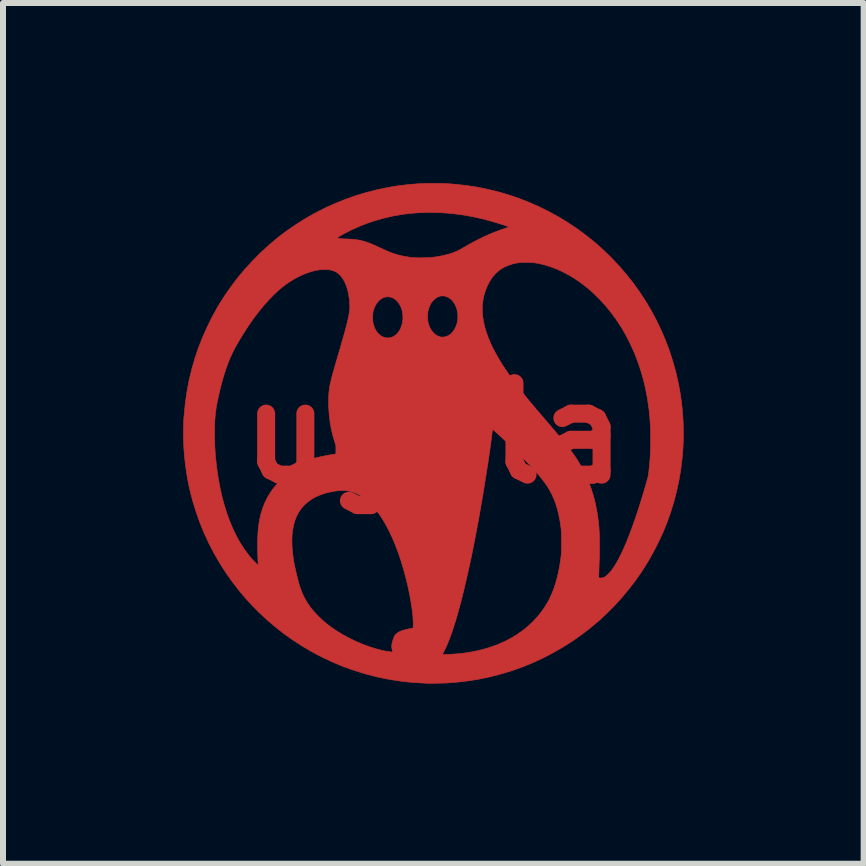
<source format=kicad_pcb>
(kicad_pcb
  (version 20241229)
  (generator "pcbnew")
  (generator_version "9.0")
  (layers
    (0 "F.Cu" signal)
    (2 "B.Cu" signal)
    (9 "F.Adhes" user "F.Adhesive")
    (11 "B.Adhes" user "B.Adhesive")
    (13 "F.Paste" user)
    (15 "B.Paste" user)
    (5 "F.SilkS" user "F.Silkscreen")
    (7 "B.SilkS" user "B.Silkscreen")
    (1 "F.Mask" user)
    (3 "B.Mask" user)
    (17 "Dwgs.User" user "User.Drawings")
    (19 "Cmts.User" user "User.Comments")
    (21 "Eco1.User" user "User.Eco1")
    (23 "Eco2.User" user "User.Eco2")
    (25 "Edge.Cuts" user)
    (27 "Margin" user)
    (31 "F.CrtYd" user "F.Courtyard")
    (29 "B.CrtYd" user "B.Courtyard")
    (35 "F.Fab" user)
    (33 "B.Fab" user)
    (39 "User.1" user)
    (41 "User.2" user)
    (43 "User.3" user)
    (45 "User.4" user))
  (footprint "uggla"
    (layer "F.Cu")
    (at 4.178 4.168)
    (property "Reference" "uggla" (at 0 0 0) (layer "F.Cu") (effects (font (size 1.524 1.524) (thickness 0.3))))
    (attr through_hole)
    (fp_poly (pts (xy 0.055 -4.163) (xy 0.118 -4.162) (xy 0.178 -4.16) (xy 0.236 -4.157) (xy 0.287 -4.154) (xy 0.32 -4.151) (xy 0.335 -4.15) (xy 0.355 -4.148) (xy 0.378 -4.146) (xy 0.394 -4.144) (xy 0.544 -4.127) (xy 0.698 -4.104) (xy 0.853 -4.074) (xy 1.007 -4.039) (xy 1.16 -3.997) (xy 1.308 -3.951) (xy 1.395 -3.921) (xy 1.571 -3.853) (xy 1.743 -3.778) (xy 1.911 -3.695) (xy 2.075 -3.606) (xy 2.234 -3.509) (xy 2.389 -3.405) (xy 2.538 -3.295) (xy 2.683 -3.178) (xy 2.822 -3.055) (xy 2.956 -2.925) (xy 3.084 -2.789) (xy 3.206 -2.647) (xy 3.323 -2.5) (xy 3.423 -2.36) (xy 3.525 -2.206) (xy 3.619 -2.048) (xy 3.706 -1.885) (xy 3.786 -1.718) (xy 3.859 -1.548) (xy 3.924 -1.374) (xy 3.981 -1.197) (xy 4.031 -1.018) (xy 4.072 -0.837) (xy 4.08 -0.796) (xy 4.094 -0.721) (xy 4.107 -0.643) (xy 4.119 -0.563) (xy 4.129 -0.483) (xy 4.137 -0.407) (xy 4.143 -0.334) (xy 4.147 -0.286) (xy 4.148 -0.265) (xy 4.149 -0.246) (xy 4.151 -0.231) (xy 4.151 -0.224) (xy 4.152 -0.217) (xy 4.152 -0.202) (xy 4.153 -0.181) (xy 4.154 -0.154) (xy 4.154 -0.123) (xy 4.155 -0.089) (xy 4.155 -0.052) (xy 4.155 -0.051) (xy 4.156 0.015) (xy 4.156 0.074) (xy 4.155 0.13) (xy 4.153 0.182) (xy 4.15 0.235) (xy 4.147 0.29) (xy 4.142 0.349) (xy 4.136 0.414) (xy 4.136 0.417) (xy 4.114 0.601) (xy 4.083 0.783) (xy 4.045 0.962) (xy 3.999 1.14) (xy 3.945 1.315) (xy 3.884 1.487) (xy 3.815 1.656) (xy 3.738 1.821) (xy 3.655 1.983) (xy 3.565 2.142) (xy 3.468 2.296) (xy 3.364 2.446) (xy 3.253 2.591) (xy 3.136 2.732) (xy 3.013 2.867) (xy 2.884 2.998) (xy 2.749 3.123) (xy 2.607 3.242) (xy 2.461 3.355) (xy 2.308 3.462) (xy 2.301 3.467) (xy 2.141 3.568) (xy 1.978 3.661) (xy 1.812 3.747) (xy 1.643 3.825) (xy 1.47 3.895) (xy 1.295 3.957) (xy 1.116 4.011) (xy 0.935 4.058) (xy 0.751 4.096) (xy 0.669 4.11) (xy 0.61 4.119) (xy 0.548 4.128) (xy 0.485 4.136) (xy 0.423 4.143) (xy 0.363 4.149) (xy 0.309 4.153) (xy 0.277 4.155) (xy 0.257 4.157) (xy 0.238 4.158) (xy 0.223 4.159) (xy 0.216 4.16) (xy 0.208 4.16) (xy 0.193 4.161) (xy 0.172 4.161) (xy 0.147 4.162) (xy 0.118 4.163) (xy 0.086 4.163) (xy 0.053 4.164) (xy 0.02 4.164) (xy -0.013 4.165) (xy -0.044 4.165) (xy -0.072 4.165) (xy -0.097 4.165) (xy -0.116 4.165) (xy -0.129 4.165) (xy -0.135 4.165) (xy -0.135 4.164) (xy -0.14 4.164) (xy -0.152 4.163) (xy -0.169 4.162) (xy -0.191 4.16) (xy -0.208 4.16) (xy -0.353 4.151) (xy -0.501 4.136) (xy -0.651 4.115) (xy -0.803 4.089) (xy -0.954 4.057) (xy -1.102 4.019) (xy -1.177 3.998) (xy -1.354 3.942) (xy -1.528 3.879) (xy -1.698 3.807) (xy -1.866 3.728) (xy -1.949 3.684) (xy 0.144 3.684) (xy 0.148 3.685) (xy 0.159 3.686) (xy 0.175 3.686) (xy 0.194 3.685) (xy 0.219 3.684) (xy 0.249 3.683) (xy 0.279 3.682) (xy 0.298 3.681) (xy 0.425 3.672) (xy 0.552 3.656) (xy 0.677 3.634) (xy 0.801 3.605) (xy 0.92 3.571) (xy 1.035 3.531) (xy 1.071 3.517) (xy 1.182 3.468) (xy 1.287 3.413) (xy 1.387 3.352) (xy 1.482 3.285) (xy 1.57 3.214) (xy 1.652 3.136) (xy 1.728 3.054) (xy 1.798 2.967) (xy 1.86 2.876) (xy 1.916 2.78) (xy 1.93 2.752) (xy 1.964 2.677) (xy 1.996 2.596) (xy 2.026 2.507) (xy 2.052 2.414) (xy 2.076 2.317) (xy 2.095 2.216) (xy 2.111 2.113) (xy 2.122 2.028) (xy 2.124 2.003) (xy 2.125 1.97) (xy 2.126 1.933) (xy 2.127 1.891) (xy 2.127 1.846) (xy 2.127 1.8) (xy 2.127 1.755) (xy 2.126 1.711) (xy 2.125 1.67) (xy 2.123 1.634) (xy 2.121 1.604) (xy 2.12 1.588) (xy 2.102 1.465) (xy 2.079 1.349) (xy 2.051 1.239) (xy 2.029 1.171) (xy 2.011 1.121) (xy 1.991 1.073) (xy 1.97 1.026) (xy 1.946 0.979) (xy 1.92 0.933) (xy 1.891 0.886) (xy 1.858 0.838) (xy 1.822 0.789) (xy 1.782 0.738) (xy 1.737 0.684) (xy 1.688 0.628) (xy 1.633 0.568) (xy 1.573 0.504) (xy 1.507 0.437) (xy 1.435 0.364) (xy 1.435 0.364) (xy 1.38 0.309) (xy 1.33 0.259) (xy 1.284 0.214) (xy 1.239 0.171) (xy 1.197 0.131) (xy 1.154 0.092) (xy 1.111 0.052) (xy 1.066 0.011) (xy 1.039 -0.013) (xy 0.976 -0.069) (xy 0.973 -0.038) (xy 0.968 0.008) (xy 0.961 0.061) (xy 0.954 0.121) (xy 0.945 0.187) (xy 0.935 0.26) (xy 0.924 0.337) (xy 0.912 0.418) (xy 0.899 0.504) (xy 0.885 0.592) (xy 0.871 0.683) (xy 0.856 0.775) (xy 0.841 0.869) (xy 0.826 0.963) (xy 0.81 1.056) (xy 0.795 1.149) (xy 0.779 1.238) (xy 0.747 1.422) (xy 0.714 1.6) (xy 0.681 1.773) (xy 0.648 1.94) (xy 0.615 2.101) (xy 0.581 2.255) (xy 0.548 2.404) (xy 0.515 2.546) (xy 0.482 2.681) (xy 0.45 2.81) (xy 0.417 2.931) (xy 0.385 3.046) (xy 0.353 3.153) (xy 0.321 3.252) (xy 0.29 3.345) (xy 0.259 3.429) (xy 0.228 3.505) (xy 0.198 3.574) (xy 0.169 3.634) (xy 0.162 3.647) (xy 0.154 3.662) (xy 0.148 3.675) (xy 0.144 3.682) (xy 0.144 3.684) (xy -1.949 3.684) (xy -2.03 3.641) (xy -2.189 3.548) (xy -2.345 3.447) (xy -2.496 3.34) (xy -2.642 3.226) (xy -2.783 3.105) (xy -2.919 2.979) (xy -3.049 2.846) (xy -3.129 2.758) (xy -3.25 2.614) (xy -3.365 2.465) (xy -3.472 2.312) (xy -3.572 2.155) (xy -3.665 1.993) (xy -3.751 1.828) (xy -3.829 1.659) (xy -3.899 1.486) (xy -3.961 1.311) (xy -4.016 1.132) (xy -4.051 1.001) (xy -4.079 0.881) (xy -4.103 0.761) (xy -4.123 0.639) (xy -4.14 0.514) (xy -4.154 0.383) (xy -4.163 0.276) (xy -4.165 0.25) (xy -4.166 0.219) (xy -4.168 0.183) (xy -4.169 0.145) (xy -4.171 0.106) (xy -4.171 0.067) (xy -4.172 0.041) (xy -3.655 0.041) (xy -3.65 0.21) (xy -3.639 0.379) (xy -3.621 0.549) (xy -3.598 0.716) (xy -3.569 0.88) (xy -3.534 1.039) (xy -3.531 1.052) (xy -3.491 1.199) (xy -3.448 1.338) (xy -3.399 1.47) (xy -3.346 1.596) (xy -3.289 1.714) (xy -3.227 1.825) (xy -3.16 1.929) (xy -3.088 2.026) (xy -3.063 2.057) (xy -3.051 2.072) (xy -3.036 2.089) (xy -3.019 2.107) (xy -3.001 2.126) (xy -2.983 2.145) (xy -2.966 2.162) (xy -2.951 2.177) (xy -2.939 2.189) (xy -2.931 2.195) (xy -2.928 2.197) (xy -2.926 2.193) (xy -2.926 2.185) (xy -2.927 2.183) (xy -2.927 2.176) (xy -2.928 2.161) (xy -2.929 2.14) (xy -2.93 2.114) (xy -2.932 2.083) (xy -2.933 2.048) (xy -2.934 2.012) (xy -2.934 2.004) (xy -2.936 1.906) (xy -2.936 1.816) (xy -2.936 1.789) (xy -2.365 1.789) (xy -2.363 1.887) (xy -2.354 1.991) (xy -2.34 2.101) (xy -2.334 2.134) (xy -2.326 2.18) (xy -2.315 2.233) (xy -2.303 2.288) (xy -2.289 2.346) (xy -2.275 2.403) (xy -2.261 2.459) (xy -2.247 2.51) (xy -2.233 2.556) (xy -2.228 2.571) (xy -2.197 2.656) (xy -2.158 2.739) (xy -2.112 2.819) (xy -2.058 2.897) (xy -1.996 2.973) (xy -1.927 3.047) (xy -1.85 3.119) (xy -1.781 3.178) (xy -1.697 3.24) (xy -1.607 3.301) (xy -1.51 3.359) (xy -1.41 3.413) (xy -1.306 3.464) (xy -1.2 3.509) (xy -1.093 3.55) (xy -0.988 3.584) (xy -0.884 3.612) (xy -0.812 3.628) (xy -0.79 3.632) (xy -0.767 3.636) (xy -0.744 3.639) (xy -0.722 3.642) (xy -0.704 3.643) (xy -0.69 3.644) (xy -0.683 3.644) (xy -0.682 3.643) (xy -0.683 3.639) (xy -0.687 3.629) (xy -0.69 3.622) (xy -0.697 3.599) (xy -0.701 3.572) (xy -0.702 3.542) (xy -0.699 3.513) (xy -0.699 3.511) (xy -0.694 3.488) (xy -0.687 3.463) (xy -0.679 3.436) (xy -0.67 3.411) (xy -0.661 3.39) (xy -0.653 3.375) (xy -0.653 3.374) (xy -0.635 3.35) (xy -0.612 3.33) (xy -0.583 3.311) (xy -0.548 3.295) (xy -0.507 3.281) (xy -0.458 3.268) (xy -0.407 3.257) (xy -0.385 3.253) (xy -0.367 3.249) (xy -0.354 3.245) (xy -0.347 3.242) (xy -0.346 3.242) (xy -0.345 3.235) (xy -0.344 3.222) (xy -0.344 3.203) (xy -0.344 3.179) (xy -0.344 3.152) (xy -0.345 3.123) (xy -0.347 3.094) (xy -0.348 3.065) (xy -0.35 3.038) (xy -0.352 3.015) (xy -0.353 2.999) (xy -0.373 2.859) (xy -0.398 2.716) (xy -0.427 2.572) (xy -0.461 2.429) (xy -0.499 2.287) (xy -0.54 2.148) (xy -0.584 2.015) (xy -0.632 1.887) (xy -0.653 1.833) (xy -0.703 1.718) (xy -0.754 1.611) (xy -0.807 1.512) (xy -0.861 1.421) (xy -0.917 1.338) (xy -0.974 1.263) (xy -1.032 1.195) (xy -1.092 1.136) (xy -1.153 1.085) (xy -1.216 1.043) (xy -1.279 1.008) (xy -1.344 0.982) (xy -1.41 0.964) (xy -1.477 0.954) (xy -1.521 0.953) (xy -1.558 0.954) (xy -1.602 0.958) (xy -1.649 0.964) (xy -1.698 0.973) (xy -1.747 0.983) (xy -1.793 0.994) (xy -1.82 1.002) (xy -1.899 1.029) (xy -1.971 1.061) (xy -2.037 1.098) (xy -2.096 1.14) (xy -2.15 1.188) (xy -2.166 1.204) (xy -2.213 1.258) (xy -2.253 1.318) (xy -2.287 1.382) (xy -2.315 1.453) (xy -2.336 1.528) (xy -2.352 1.61) (xy -2.362 1.696) (xy -2.365 1.789) (xy -2.936 1.789) (xy -2.934 1.731) (xy -2.93 1.653) (xy -2.923 1.579) (xy -2.915 1.51) (xy -2.903 1.443) (xy -2.89 1.379) (xy -2.881 1.344) (xy -2.852 1.249) (xy -2.817 1.16) (xy -2.775 1.074) (xy -2.726 0.992) (xy -2.7 0.954) (xy -2.669 0.912) (xy -2.631 0.867) (xy -2.59 0.82) (xy -2.546 0.773) (xy -2.499 0.726) (xy -2.453 0.682) (xy -2.408 0.641) (xy -2.366 0.607) (xy -2.299 0.558) (xy -2.227 0.514) (xy -2.152 0.476) (xy -2.076 0.444) (xy -2.017 0.424) (xy -1.97 0.411) (xy -1.917 0.398) (xy -1.857 0.385) (xy -1.794 0.372) (xy -1.727 0.36) (xy -1.66 0.349) (xy -1.659 0.349) (xy -1.635 0.345) (xy -1.614 0.341) (xy -1.597 0.338) (xy -1.586 0.336) (xy -1.582 0.334) (xy -1.582 0.329) (xy -1.585 0.318) (xy -1.591 0.303) (xy -1.598 0.284) (xy -1.6 0.281) (xy -1.642 0.171) (xy -1.678 0.056) (xy -1.707 -0.063) (xy -1.729 -0.185) (xy -1.744 -0.31) (xy -1.752 -0.437) (xy -1.753 -0.506) (xy -1.753 -0.543) (xy -1.753 -0.578) (xy -1.752 -0.61) (xy -1.751 -0.641) (xy -1.749 -0.671) (xy -1.746 -0.701) (xy -1.742 -0.731) (xy -1.738 -0.761) (xy -1.732 -0.794) (xy -1.725 -0.828) (xy -1.716 -0.866) (xy -1.706 -0.907) (xy -1.695 -0.951) (xy -1.682 -1.001) (xy -1.666 -1.055) (xy -1.649 -1.116) (xy -1.63 -1.182) (xy -1.608 -1.256) (xy -1.592 -1.311) (xy -1.565 -1.403) (xy -1.541 -1.487) (xy -1.519 -1.564) (xy -1.499 -1.634) (xy -1.481 -1.698) (xy -1.466 -1.756) (xy -1.452 -1.809) (xy -1.44 -1.856) (xy -1.43 -1.899) (xy -1.427 -1.916) (xy -1.02 -1.916) (xy -1.019 -1.887) (xy -1.017 -1.863) (xy -1.016 -1.856) (xy -1.011 -1.829) (xy -1.002 -1.799) (xy -0.992 -1.769) (xy -0.982 -1.743) (xy -0.978 -1.736) (xy -0.954 -1.695) (xy -0.925 -1.66) (xy -0.893 -1.632) (xy -0.859 -1.61) (xy -0.822 -1.595) (xy -0.784 -1.588) (xy -0.745 -1.589) (xy -0.711 -1.596) (xy -0.673 -1.612) (xy -0.638 -1.635) (xy -0.607 -1.665) (xy -0.58 -1.7) (xy -0.557 -1.74) (xy -0.539 -1.784) (xy -0.526 -1.831) (xy -0.517 -1.881) (xy -0.515 -1.932) (xy -0.517 -1.966) (xy -0.107 -1.966) (xy -0.106 -1.907) (xy -0.097 -1.849) (xy -0.08 -1.792) (xy -0.064 -1.754) (xy -0.039 -1.712) (xy -0.009 -1.675) (xy 0.024 -1.645) (xy 0.061 -1.622) (xy 0.101 -1.607) (xy 0.119 -1.603) (xy 0.135 -1.602) (xy 0.156 -1.603) (xy 0.178 -1.605) (xy 0.199 -1.61) (xy 0.211 -1.613) (xy 0.247 -1.63) (xy 0.281 -1.655) (xy 0.312 -1.686) (xy 0.339 -1.723) (xy 0.362 -1.765) (xy 0.38 -1.811) (xy 0.393 -1.86) (xy 0.394 -1.867) (xy 0.4 -1.919) (xy 0.399 -1.973) (xy 0.392 -2.027) (xy 0.389 -2.041) (xy 0.806 -2.041) (xy 0.808 -2.003) (xy 0.817 -1.924) (xy 0.831 -1.843) (xy 0.85 -1.761) (xy 0.875 -1.678) (xy 0.906 -1.593) (xy 0.942 -1.506) (xy 0.984 -1.416) (xy 1.033 -1.324) (xy 1.088 -1.229) (xy 1.149 -1.13) (xy 1.216 -1.029) (xy 1.29 -0.923) (xy 1.371 -0.814) (xy 1.459 -0.701) (xy 1.505 -0.643) (xy 1.529 -0.614) (xy 1.553 -0.584) (xy 1.578 -0.553) (xy 1.604 -0.521) (xy 1.633 -0.487) (xy 1.664 -0.451) (xy 1.697 -0.411) (xy 1.734 -0.367) (xy 1.776 -0.319) (xy 1.821 -0.265) (xy 1.867 -0.212) (xy 1.927 -0.141) (xy 1.982 -0.077) (xy 2.032 -0.018) (xy 2.078 0.036) (xy 2.119 0.086) (xy 2.156 0.131) (xy 2.19 0.172) (xy 2.221 0.21) (xy 2.249 0.246) (xy 2.274 0.278) (xy 2.297 0.309) (xy 2.318 0.339) (xy 2.338 0.367) (xy 2.357 0.394) (xy 2.375 0.421) (xy 2.393 0.449) (xy 2.41 0.477) (xy 2.425 0.502) (xy 2.442 0.531) (xy 2.462 0.567) (xy 2.482 0.607) (xy 2.504 0.65) (xy 2.525 0.693) (xy 2.545 0.735) (xy 2.563 0.774) (xy 2.578 0.809) (xy 2.584 0.825) (xy 2.625 0.938) (xy 2.661 1.052) (xy 2.69 1.17) (xy 2.715 1.293) (xy 2.734 1.42) (xy 2.749 1.553) (xy 2.752 1.592) (xy 2.754 1.621) (xy 2.755 1.658) (xy 2.757 1.701) (xy 2.758 1.748) (xy 2.758 1.798) (xy 2.759 1.85) (xy 2.759 1.902) (xy 2.759 1.954) (xy 2.758 2.003) (xy 2.758 2.048) (xy 2.756 2.089) (xy 2.756 2.089) (xy 2.755 2.127) (xy 2.753 2.168) (xy 2.752 2.21) (xy 2.751 2.25) (xy 2.75 2.285) (xy 2.749 2.309) (xy 2.746 2.403) (xy 2.756 2.408) (xy 2.772 2.412) (xy 2.791 2.411) (xy 2.813 2.407) (xy 2.835 2.4) (xy 2.839 2.398) (xy 2.858 2.387) (xy 2.88 2.369) (xy 2.904 2.347) (xy 2.929 2.321) (xy 2.952 2.294) (xy 2.965 2.278) (xy 3.001 2.226) (xy 3.038 2.165) (xy 3.077 2.097) (xy 3.116 2.02) (xy 3.155 1.936) (xy 3.196 1.843) (xy 3.237 1.743) (xy 3.278 1.636) (xy 3.32 1.521) (xy 3.363 1.398) (xy 3.406 1.269) (xy 3.449 1.133) (xy 3.493 0.989) (xy 3.531 0.86) (xy 3.542 0.821) (xy 3.551 0.788) (xy 3.559 0.762) (xy 3.564 0.739) (xy 3.569 0.72) (xy 3.573 0.702) (xy 3.575 0.685) (xy 3.578 0.667) (xy 3.58 0.648) (xy 3.581 0.642) (xy 3.59 0.555) (xy 3.598 0.471) (xy 3.604 0.388) (xy 3.608 0.304) (xy 3.61 0.217) (xy 3.611 0.124) (xy 3.611 0.099) (xy 3.611 0.015) (xy 3.609 -0.062) (xy 3.606 -0.134) (xy 3.602 -0.204) (xy 3.597 -0.273) (xy 3.59 -0.342) (xy 3.582 -0.415) (xy 3.581 -0.421) (xy 3.557 -0.585) (xy 3.526 -0.745) (xy 3.489 -0.902) (xy 3.444 -1.056) (xy 3.393 -1.205) (xy 3.336 -1.351) (xy 3.272 -1.491) (xy 3.203 -1.628) (xy 3.127 -1.759) (xy 3.045 -1.885) (xy 2.958 -2.005) (xy 2.865 -2.119) (xy 2.766 -2.228) (xy 2.663 -2.33) (xy 2.648 -2.343) (xy 2.553 -2.426) (xy 2.455 -2.502) (xy 2.355 -2.571) (xy 2.254 -2.633) (xy 2.152 -2.687) (xy 2.049 -2.735) (xy 1.945 -2.774) (xy 1.842 -2.806) (xy 1.738 -2.83) (xy 1.683 -2.839) (xy 1.647 -2.843) (xy 1.607 -2.846) (xy 1.563 -2.847) (xy 1.518 -2.847) (xy 1.473 -2.846) (xy 1.432 -2.843) (xy 1.397 -2.839) (xy 1.383 -2.837) (xy 1.309 -2.82) (xy 1.24 -2.797) (xy 1.175 -2.769) (xy 1.116 -2.734) (xy 1.114 -2.733) (xy 1.089 -2.715) (xy 1.063 -2.692) (xy 1.035 -2.666) (xy 1.009 -2.639) (xy 0.986 -2.614) (xy 0.972 -2.596) (xy 0.927 -2.526) (xy 0.889 -2.452) (xy 0.858 -2.374) (xy 0.833 -2.293) (xy 0.817 -2.21) (xy 0.807 -2.126) (xy 0.806 -2.041) (xy 0.389 -2.041) (xy 0.38 -2.079) (xy 0.361 -2.127) (xy 0.341 -2.165) (xy 0.314 -2.203) (xy 0.283 -2.234) (xy 0.249 -2.259) (xy 0.214 -2.276) (xy 0.177 -2.287) (xy 0.14 -2.289) (xy 0.112 -2.286) (xy 0.081 -2.278) (xy 0.053 -2.265) (xy 0.026 -2.246) (xy -0.002 -2.221) (xy -0.004 -2.219) (xy -0.022 -2.201) (xy -0.035 -2.185) (xy -0.046 -2.169) (xy -0.056 -2.15) (xy -0.062 -2.138) (xy -0.085 -2.082) (xy -0.1 -2.025) (xy -0.107 -1.966) (xy -0.517 -1.966) (xy -0.518 -1.985) (xy -0.527 -2.038) (xy -0.529 -2.047) (xy -0.545 -2.094) (xy -0.566 -2.138) (xy -0.591 -2.176) (xy -0.621 -2.21) (xy -0.654 -2.237) (xy -0.689 -2.257) (xy -0.711 -2.265) (xy -0.75 -2.273) (xy -0.788 -2.273) (xy -0.826 -2.265) (xy -0.862 -2.25) (xy -0.895 -2.228) (xy -0.926 -2.199) (xy -0.954 -2.163) (xy -0.978 -2.122) (xy -0.998 -2.075) (xy -1.006 -2.051) (xy -1.011 -2.033) (xy -1.014 -2.016) (xy -1.016 -1.998) (xy -1.018 -1.975) (xy -1.019 -1.95) (xy -1.02 -1.916) (xy -1.427 -1.916) (xy -1.422 -1.938) (xy -1.415 -1.974) (xy -1.41 -2.005) (xy -1.406 -2.034) (xy -1.403 -2.061) (xy -1.401 -2.086) (xy -1.4 -2.109) (xy -1.4 -2.119) (xy -1.402 -2.156) (xy -1.405 -2.2) (xy -1.41 -2.246) (xy -1.417 -2.291) (xy -1.424 -2.335) (xy -1.429 -2.357) (xy -1.447 -2.423) (xy -1.468 -2.483) (xy -1.494 -2.537) (xy -1.523 -2.585) (xy -1.555 -2.626) (xy -1.59 -2.66) (xy -1.628 -2.687) (xy -1.637 -2.691) (xy -1.682 -2.71) (xy -1.732 -2.723) (xy -1.786 -2.729) (xy -1.844 -2.729) (xy -1.906 -2.724) (xy -1.97 -2.712) (xy -2.037 -2.696) (xy -2.105 -2.673) (xy -2.175 -2.646) (xy -2.245 -2.614) (xy -2.316 -2.576) (xy -2.386 -2.534) (xy -2.456 -2.487) (xy -2.524 -2.436) (xy -2.529 -2.432) (xy -2.601 -2.371) (xy -2.674 -2.301) (xy -2.748 -2.225) (xy -2.822 -2.142) (xy -2.896 -2.053) (xy -2.97 -1.958) (xy -3.042 -1.859) (xy -3.113 -1.754) (xy -3.182 -1.646) (xy -3.249 -1.535) (xy -3.312 -1.425) (xy -3.352 -1.346) (xy -3.391 -1.263) (xy -3.427 -1.175) (xy -3.461 -1.081) (xy -3.494 -0.981) (xy -3.525 -0.875) (xy -3.555 -0.761) (xy -3.571 -0.694) (xy -3.588 -0.619) (xy -3.603 -0.55) (xy -3.616 -0.486) (xy -3.626 -0.427) (xy -3.634 -0.37) (xy -3.641 -0.313) (xy -3.646 -0.257) (xy -3.65 -0.199) (xy -3.653 -0.138) (xy -3.653 -0.125) (xy -3.655 0.041) (xy -4.172 0.041) (xy -4.172 0.029) (xy -4.173 -0.004) (xy -4.173 -0.033) (xy -4.172 -0.055) (xy -4.172 -0.059) (xy -4.171 -0.088) (xy -4.17 -0.121) (xy -4.169 -0.154) (xy -4.168 -0.184) (xy -4.168 -0.186) (xy -4.167 -0.211) (xy -4.166 -0.234) (xy -4.165 -0.254) (xy -4.164 -0.269) (xy -4.163 -0.273) (xy -4.162 -0.289) (xy -4.16 -0.309) (xy -4.159 -0.322) (xy -4.14 -0.51) (xy -4.113 -0.697) (xy -4.078 -0.881) (xy -4.034 -1.063) (xy -3.983 -1.242) (xy -3.924 -1.418) (xy -3.856 -1.592) (xy -3.78 -1.763) (xy -3.697 -1.932) (xy -3.606 -2.097) (xy -3.578 -2.144) (xy -3.481 -2.297) (xy -3.377 -2.446) (xy -3.266 -2.592) (xy -3.148 -2.733) (xy -3.024 -2.869) (xy -2.894 -3) (xy -2.759 -3.125) (xy -2.619 -3.243) (xy -2.604 -3.255) (xy -1.609 -3.255) (xy -1.606 -3.253) (xy -1.603 -3.252) (xy -1.59 -3.248) (xy -1.572 -3.244) (xy -1.548 -3.242) (xy -1.519 -3.239) (xy -1.482 -3.238) (xy -1.446 -3.237) (xy -1.37 -3.233) (xy -1.299 -3.226) (xy -1.233 -3.215) (xy -1.169 -3.199) (xy -1.104 -3.179) (xy -1.068 -3.165) (xy -1.044 -3.155) (xy -1.023 -3.147) (xy -1.003 -3.138) (xy -0.983 -3.13) (xy -0.96 -3.119) (xy -0.933 -3.106) (xy -0.917 -3.099) (xy -0.876 -3.08) (xy -0.842 -3.064) (xy -0.813 -3.051) (xy -0.787 -3.039) (xy -0.765 -3.03) (xy -0.743 -3.021) (xy -0.722 -3.012) (xy -0.703 -3.005) (xy -0.613 -2.975) (xy -0.518 -2.952) (xy -0.419 -2.935) (xy -0.339 -2.925) (xy -0.314 -2.924) (xy -0.283 -2.923) (xy -0.247 -2.923) (xy -0.208 -2.923) (xy -0.167 -2.924) (xy -0.127 -2.925) (xy -0.089 -2.926) (xy -0.055 -2.928) (xy -0.027 -2.931) (xy -0.017 -2.932) (xy 0.058 -2.942) (xy 0.131 -2.956) (xy 0.201 -2.972) (xy 0.267 -2.99) (xy 0.327 -3.01) (xy 0.38 -3.032) (xy 0.388 -3.035) (xy 0.401 -3.042) (xy 0.421 -3.052) (xy 0.444 -3.065) (xy 0.47 -3.08) (xy 0.498 -3.095) (xy 0.517 -3.106) (xy 0.598 -3.152) (xy 0.674 -3.194) (xy 0.746 -3.231) (xy 0.816 -3.266) (xy 0.887 -3.298) (xy 0.959 -3.329) (xy 1.033 -3.358) (xy 1.113 -3.388) (xy 1.171 -3.408) (xy 1.195 -3.417) (xy 1.216 -3.424) (xy 1.233 -3.431) (xy 1.245 -3.435) (xy 1.25 -3.437) (xy 1.25 -3.438) (xy 1.247 -3.44) (xy 1.237 -3.444) (xy 1.222 -3.45) (xy 1.201 -3.457) (xy 1.177 -3.466) (xy 1.163 -3.47) (xy 0.993 -3.523) (xy 0.825 -3.569) (xy 0.658 -3.606) (xy 0.493 -3.636) (xy 0.351 -3.655) (xy 0.231 -3.667) (xy 0.108 -3.675) (xy -0.017 -3.678) (xy -0.141 -3.678) (xy -0.262 -3.673) (xy -0.378 -3.664) (xy -0.387 -3.664) (xy -0.535 -3.645) (xy -0.681 -3.619) (xy -0.826 -3.586) (xy -0.969 -3.546) (xy -1.108 -3.5) (xy -1.243 -3.447) (xy -1.374 -3.388) (xy -1.5 -3.323) (xy -1.558 -3.29) (xy -1.579 -3.277) (xy -1.594 -3.268) (xy -1.603 -3.261) (xy -1.608 -3.257) (xy -1.609 -3.255) (xy -2.604 -3.255) (xy -2.474 -3.355) (xy -2.445 -3.376) (xy -2.292 -3.481) (xy -2.135 -3.58) (xy -1.973 -3.671) (xy -1.808 -3.755) (xy -1.639 -3.831) (xy -1.467 -3.9) (xy -1.292 -3.961) (xy -1.115 -4.014) (xy -0.936 -4.059) (xy -0.755 -4.096) (xy -0.701 -4.106) (xy -0.642 -4.115) (xy -0.581 -4.124) (xy -0.52 -4.132) (xy -0.46 -4.139) (xy -0.405 -4.145) (xy -0.355 -4.149) (xy -0.332 -4.151) (xy -0.313 -4.152) (xy -0.295 -4.154) (xy -0.282 -4.155) (xy -0.277 -4.155) (xy -0.267 -4.156) (xy -0.25 -4.157) (xy -0.228 -4.158) (xy -0.2 -4.159) (xy -0.17 -4.16) (xy -0.138 -4.161) (xy -0.105 -4.162) (xy -0.073 -4.163) (xy -0.044 -4.163) (xy -0.018 -4.163) (xy -0.006 -4.163) (xy 0.055 -4.163)) (stroke (width 0.01) (type solid)) (fill yes) (layer "F.Cu")))
  (gr_rect
    (start -3 -3)
    (end 11.338 11.339)
    (stroke (width 0.1) (type default))
    (fill no)
    (layer "Edge.Cuts")))
</source>
